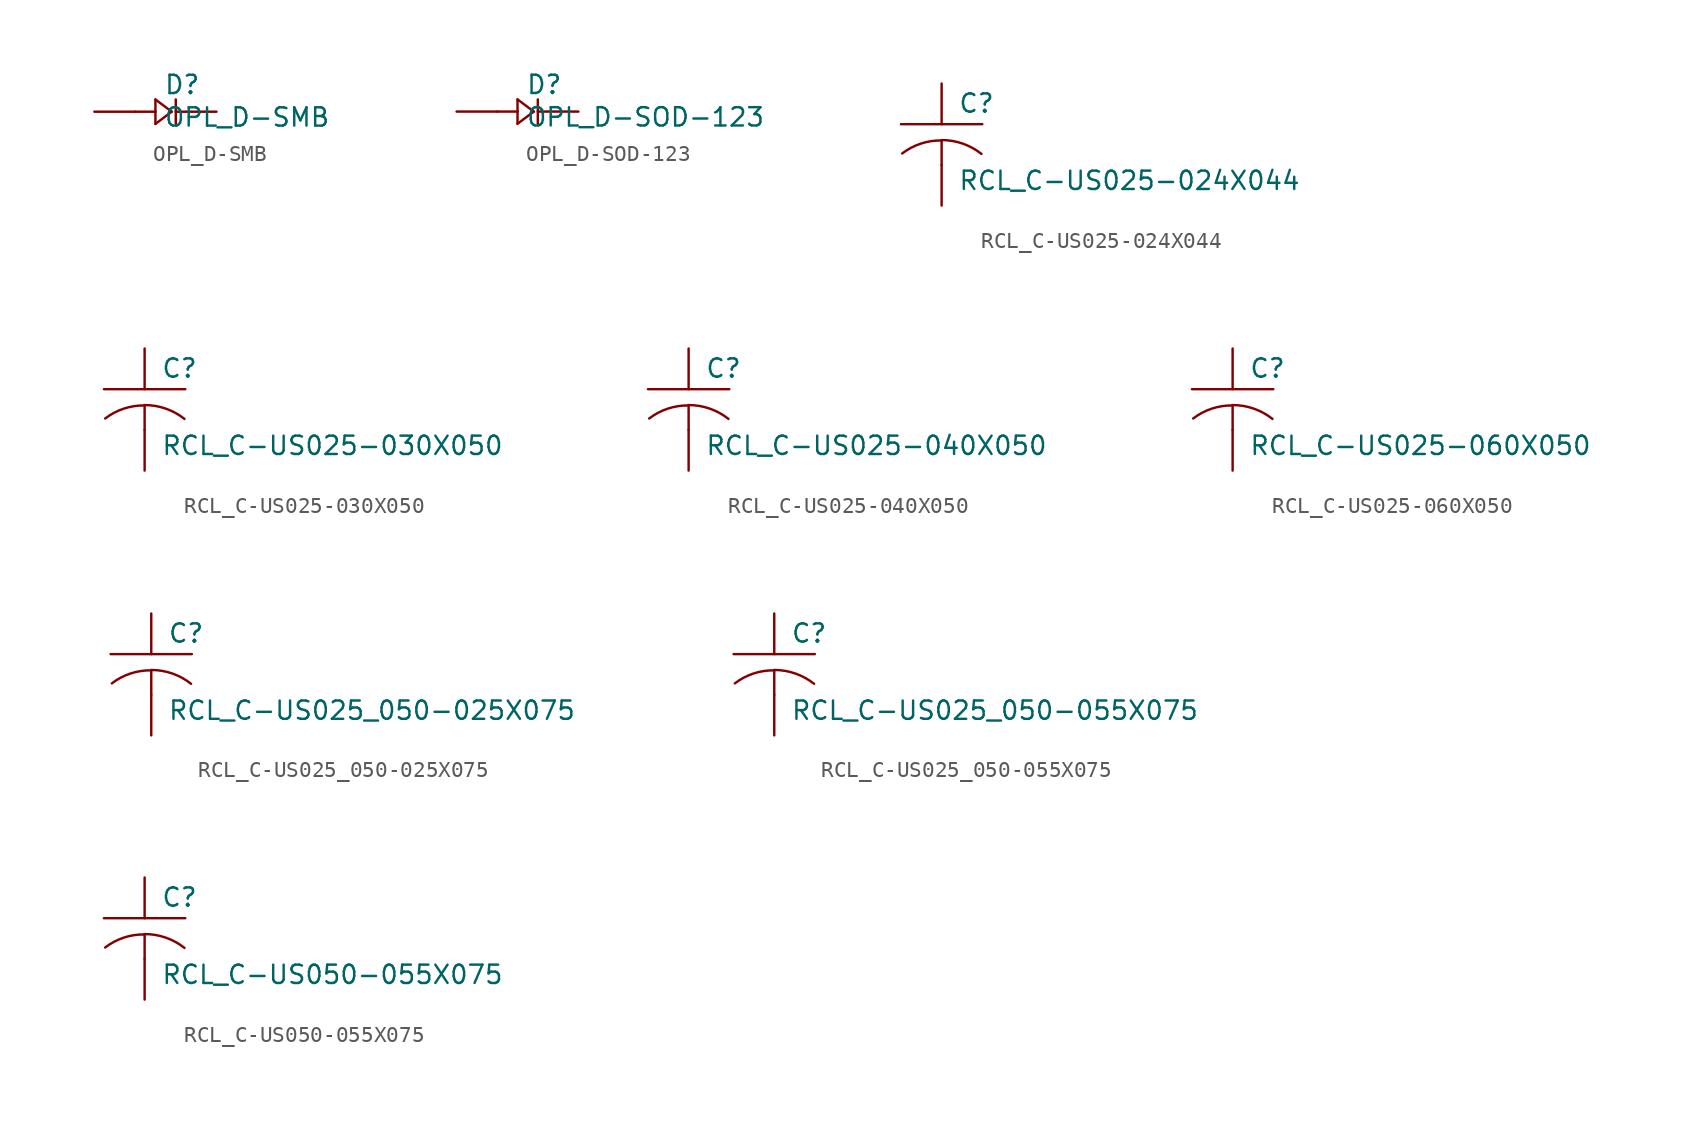
<source format=kicad_sym>
(kicad_symbol_lib
  (version 20210619)
  (generator kicad_symbol_editor)
  (symbol "OPL_D-SMB"
    (pin_numbers hide)
    (pin_names
      (offset 1.016) hide)
    (property "Reference" "D"
      (at 0.508 1.016 0)
      (effects (font (size 1.143 1.143)) (justify left bottom)))
    (property "Value" "OPL_D-SMB"
      (at 0.508 -1.016 0)
      (effects (font (size 1.143 1.143)) (justify left bottom)))
    (property "ki_locked" ""
      (at 0 0 0)
      (effects (font (size 1.27 1.27))))
    (symbol "OPL_D-SMB_1_0"
      (polyline (pts (xy -1.27 0) (xy 0 0)) (stroke (width 0)) (fill (type none)))
      (polyline (pts (xy 0 -0.762) (xy 0 0)) (stroke (width 0)) (fill (type none)))
      (polyline (pts (xy 0 -0.762) (xy 1.016 0)) (stroke (width 0)) (fill (type none)))
      (polyline (pts (xy 0 0) (xy 0 0.762)) (stroke (width 0)) (fill (type none)))
      (polyline (pts (xy 0 0.762) (xy 1.016 0)) (stroke (width 0)) (fill (type none)))
      (polyline (pts (xy 1.27 0.762) (xy 1.27 -0.762)) (stroke (width 0)) (fill (type none))))
    (symbol "OPL_D-SMB_1_1"
      (pin passive line (at -3.81 0 0) (length 2.54) (name "+" (effects (font (size 1.016 1.016)))) (number "+" (effects (font (size 1.016 1.016)))))
      (pin passive line (at 3.81 0 180) (length 2.54) (name "-" (effects (font (size 1.016 1.016)))) (number "-" (effects (font (size 1.016 1.016)))))))
  (symbol "OPL_D-SOD-123"
    (pin_numbers hide)
    (pin_names
      (offset 1.016) hide)
    (property "Reference" "D"
      (at 0.508 1.016 0)
      (effects (font (size 1.143 1.143)) (justify left bottom)))
    (property "Value" "OPL_D-SOD-123"
      (at 0.508 -1.016 0)
      (effects (font (size 1.143 1.143)) (justify left bottom)))
    (property "ki_locked" ""
      (at 0 0 0)
      (effects (font (size 1.27 1.27))))
    (symbol "OPL_D-SOD-123_1_0"
      (polyline (pts (xy -1.27 0) (xy 0 0)) (stroke (width 0)) (fill (type none)))
      (polyline (pts (xy 0 -0.762) (xy 0 0)) (stroke (width 0)) (fill (type none)))
      (polyline (pts (xy 0 -0.762) (xy 1.016 0)) (stroke (width 0)) (fill (type none)))
      (polyline (pts (xy 0 0) (xy 0 0.762)) (stroke (width 0)) (fill (type none)))
      (polyline (pts (xy 0 0.762) (xy 1.016 0)) (stroke (width 0)) (fill (type none)))
      (polyline (pts (xy 1.27 0.762) (xy 1.27 -0.762)) (stroke (width 0)) (fill (type none))))
    (symbol "OPL_D-SOD-123_1_1"
      (pin passive line (at -3.81 0 0) (length 2.54) (name "+" (effects (font (size 1.016 1.016)))) (number "+" (effects (font (size 1.016 1.016)))))
      (pin passive line (at 3.81 0 180) (length 2.54) (name "-" (effects (font (size 1.016 1.016)))) (number "-" (effects (font (size 1.016 1.016)))))))
  (symbol "RCL_C-US025-024X044"
    (pin_numbers hide)
    (pin_names
      (offset 1.016) hide)
    (property "Reference" "C"
      (at 1.016 0.635 0)
      (effects (font (size 1.143 1.143)) (justify left bottom)))
    (property "Value" "RCL_C-US025-024X044"
      (at 1.016 -4.191 0)
      (effects (font (size 1.143 1.143)) (justify left bottom)))
    (property "ki_locked" ""
      (at 0 0 0)
      (effects (font (size 1.27 1.27))))
    (symbol "RCL_C-US025-024X044_1_0"
      (polyline (pts (xy -2.54 0) (xy 2.54 0)) (stroke (width 0)) (fill (type none)))
      (polyline (pts (xy 0 -1.016) (xy 0 -2.54)) (stroke (width 0)) (fill (type none)))
      (polyline (pts (xy 0 -1.016) (xy 0 -1.016)) (stroke (width 0)) (fill (type none))))
    (symbol "RCL_C-US025-024X044_1_1"
      (arc (start 0 -1.016) (end -2.4638 -1.8288) (radius (at 0 -5.08) (length 4.0386) (angles 90.1 127.3)) (stroke (width 0)) (fill (type none)))
      (arc (start 2.4892 -1.8542) (end 0 -0.9906) (radius (at 0 -5.0292) (length 4.0386) (angles 52.3 89.9)) (stroke (width 0)) (fill (type none)))
      (pin passive line (at 0 2.54 270) (length 2.54) (name "1" (effects (font (size 1.016 1.016)))) (number "1" (effects (font (size 1.016 1.016)))))
      (pin passive line (at 0 -5.08 90) (length 2.54) (name "2" (effects (font (size 1.016 1.016)))) (number "2" (effects (font (size 1.016 1.016)))))))
  (symbol "RCL_C-US025-030X050"
    (pin_numbers hide)
    (pin_names
      (offset 1.016) hide)
    (property "Reference" "C"
      (at 1.016 0.635 0)
      (effects (font (size 1.143 1.143)) (justify left bottom)))
    (property "Value" "RCL_C-US025-030X050"
      (at 1.016 -4.191 0)
      (effects (font (size 1.143 1.143)) (justify left bottom)))
    (property "ki_locked" ""
      (at 0 0 0)
      (effects (font (size 1.27 1.27))))
    (symbol "RCL_C-US025-030X050_1_0"
      (polyline (pts (xy -2.54 0) (xy 2.54 0)) (stroke (width 0)) (fill (type none)))
      (polyline (pts (xy 0 -1.016) (xy 0 -2.54)) (stroke (width 0)) (fill (type none)))
      (polyline (pts (xy 0 -1.016) (xy 0 -1.016)) (stroke (width 0)) (fill (type none))))
    (symbol "RCL_C-US025-030X050_1_1"
      (arc (start 0 -1.016) (end -2.4638 -1.8288) (radius (at 0 -5.08) (length 4.0386) (angles 90.1 127.3)) (stroke (width 0)) (fill (type none)))
      (arc (start 2.4892 -1.8542) (end 0 -0.9906) (radius (at 0 -5.0292) (length 4.0386) (angles 52.3 89.9)) (stroke (width 0)) (fill (type none)))
      (pin passive line (at 0 2.54 270) (length 2.54) (name "1" (effects (font (size 1.016 1.016)))) (number "1" (effects (font (size 1.016 1.016)))))
      (pin passive line (at 0 -5.08 90) (length 2.54) (name "2" (effects (font (size 1.016 1.016)))) (number "2" (effects (font (size 1.016 1.016)))))))
  (symbol "RCL_C-US025-040X050"
    (pin_numbers hide)
    (pin_names
      (offset 1.016) hide)
    (property "Reference" "C"
      (at 1.016 0.635 0)
      (effects (font (size 1.143 1.143)) (justify left bottom)))
    (property "Value" "RCL_C-US025-040X050"
      (at 1.016 -4.191 0)
      (effects (font (size 1.143 1.143)) (justify left bottom)))
    (property "ki_locked" ""
      (at 0 0 0)
      (effects (font (size 1.27 1.27))))
    (symbol "RCL_C-US025-040X050_1_0"
      (polyline (pts (xy -2.54 0) (xy 2.54 0)) (stroke (width 0)) (fill (type none)))
      (polyline (pts (xy 0 -1.016) (xy 0 -2.54)) (stroke (width 0)) (fill (type none)))
      (polyline (pts (xy 0 -1.016) (xy 0 -1.016)) (stroke (width 0)) (fill (type none))))
    (symbol "RCL_C-US025-040X050_1_1"
      (arc (start 0 -1.016) (end -2.4638 -1.8288) (radius (at 0 -5.08) (length 4.0386) (angles 90.1 127.3)) (stroke (width 0)) (fill (type none)))
      (arc (start 2.4892 -1.8542) (end 0 -0.9906) (radius (at 0 -5.0292) (length 4.0386) (angles 52.3 89.9)) (stroke (width 0)) (fill (type none)))
      (pin passive line (at 0 2.54 270) (length 2.54) (name "1" (effects (font (size 1.016 1.016)))) (number "1" (effects (font (size 1.016 1.016)))))
      (pin passive line (at 0 -5.08 90) (length 2.54) (name "2" (effects (font (size 1.016 1.016)))) (number "2" (effects (font (size 1.016 1.016)))))))
  (symbol "RCL_C-US025-060X050"
    (pin_numbers hide)
    (pin_names
      (offset 1.016) hide)
    (property "Reference" "C"
      (at 1.016 0.635 0)
      (effects (font (size 1.143 1.143)) (justify left bottom)))
    (property "Value" "RCL_C-US025-060X050"
      (at 1.016 -4.191 0)
      (effects (font (size 1.143 1.143)) (justify left bottom)))
    (property "ki_locked" ""
      (at 0 0 0)
      (effects (font (size 1.27 1.27))))
    (symbol "RCL_C-US025-060X050_1_0"
      (polyline (pts (xy -2.54 0) (xy 2.54 0)) (stroke (width 0)) (fill (type none)))
      (polyline (pts (xy 0 -1.016) (xy 0 -2.54)) (stroke (width 0)) (fill (type none)))
      (polyline (pts (xy 0 -1.016) (xy 0 -1.016)) (stroke (width 0)) (fill (type none))))
    (symbol "RCL_C-US025-060X050_1_1"
      (arc (start 0 -1.016) (end -2.4638 -1.8288) (radius (at 0 -5.08) (length 4.0386) (angles 90.1 127.3)) (stroke (width 0)) (fill (type none)))
      (arc (start 2.4892 -1.8542) (end 0 -0.9906) (radius (at 0 -5.0292) (length 4.0386) (angles 52.3 89.9)) (stroke (width 0)) (fill (type none)))
      (pin passive line (at 0 2.54 270) (length 2.54) (name "1" (effects (font (size 1.016 1.016)))) (number "1" (effects (font (size 1.016 1.016)))))
      (pin passive line (at 0 -5.08 90) (length 2.54) (name "2" (effects (font (size 1.016 1.016)))) (number "2" (effects (font (size 1.016 1.016)))))))
  (symbol "RCL_C-US025_050-025X075"
    (pin_numbers hide)
    (pin_names
      (offset 1.016) hide)
    (property "Reference" "C"
      (at 1.016 0.635 0)
      (effects (font (size 1.143 1.143)) (justify left bottom)))
    (property "Value" "RCL_C-US025_050-025X075"
      (at 1.016 -4.191 0)
      (effects (font (size 1.143 1.143)) (justify left bottom)))
    (property "ki_locked" ""
      (at 0 0 0)
      (effects (font (size 1.27 1.27))))
    (symbol "RCL_C-US025_050-025X075_1_0"
      (polyline (pts (xy -2.54 0) (xy 2.54 0)) (stroke (width 0)) (fill (type none)))
      (polyline (pts (xy 0 -1.016) (xy 0 -2.54)) (stroke (width 0)) (fill (type none)))
      (polyline (pts (xy 0 -1.016) (xy 0 -1.016)) (stroke (width 0)) (fill (type none))))
    (symbol "RCL_C-US025_050-025X075_1_1"
      (arc (start 0 -1.016) (end -2.4638 -1.8288) (radius (at 0 -5.08) (length 4.0386) (angles 90.1 127.3)) (stroke (width 0)) (fill (type none)))
      (arc (start 2.4892 -1.8542) (end 0 -0.9906) (radius (at 0 -5.0292) (length 4.0386) (angles 52.3 89.9)) (stroke (width 0)) (fill (type none)))
      (pin passive line (at 0 2.54 270) (length 2.54) (name "1" (effects (font (size 1.016 1.016)))) (number "1" (effects (font (size 1.016 1.016)))))
      (pin passive line (at 0 -5.08 90) (length 2.54) (name "2" (effects (font (size 1.016 1.016)))) (number "2" (effects (font (size 1.016 1.016)))))))
  (symbol "RCL_C-US025_050-055X075"
    (pin_numbers hide)
    (pin_names
      (offset 1.016) hide)
    (property "Reference" "C"
      (at 1.016 0.635 0)
      (effects (font (size 1.143 1.143)) (justify left bottom)))
    (property "Value" "RCL_C-US025_050-055X075"
      (at 1.016 -4.191 0)
      (effects (font (size 1.143 1.143)) (justify left bottom)))
    (property "ki_locked" ""
      (at 0 0 0)
      (effects (font (size 1.27 1.27))))
    (symbol "RCL_C-US025_050-055X075_1_0"
      (polyline (pts (xy -2.54 0) (xy 2.54 0)) (stroke (width 0)) (fill (type none)))
      (polyline (pts (xy 0 -1.016) (xy 0 -2.54)) (stroke (width 0)) (fill (type none)))
      (polyline (pts (xy 0 -1.016) (xy 0 -1.016)) (stroke (width 0)) (fill (type none))))
    (symbol "RCL_C-US025_050-055X075_1_1"
      (arc (start 0 -1.016) (end -2.4638 -1.8288) (radius (at 0 -5.08) (length 4.0386) (angles 90.1 127.3)) (stroke (width 0)) (fill (type none)))
      (arc (start 2.4892 -1.8542) (end 0 -0.9906) (radius (at 0 -5.0292) (length 4.0386) (angles 52.3 89.9)) (stroke (width 0)) (fill (type none)))
      (pin passive line (at 0 2.54 270) (length 2.54) (name "1" (effects (font (size 1.016 1.016)))) (number "1" (effects (font (size 1.016 1.016)))))
      (pin passive line (at 0 -5.08 90) (length 2.54) (name "2" (effects (font (size 1.016 1.016)))) (number "2" (effects (font (size 1.016 1.016)))))))
  (symbol "RCL_C-US050-055X075"
    (pin_numbers hide)
    (pin_names
      (offset 1.016) hide)
    (property "Reference" "C"
      (at 1.016 0.635 0)
      (effects (font (size 1.143 1.143)) (justify left bottom)))
    (property "Value" "RCL_C-US050-055X075"
      (at 1.016 -4.191 0)
      (effects (font (size 1.143 1.143)) (justify left bottom)))
    (property "ki_locked" ""
      (at 0 0 0)
      (effects (font (size 1.27 1.27))))
    (symbol "RCL_C-US050-055X075_1_0"
      (polyline (pts (xy -2.54 0) (xy 2.54 0)) (stroke (width 0)) (fill (type none)))
      (polyline (pts (xy 0 -1.016) (xy 0 -2.54)) (stroke (width 0)) (fill (type none)))
      (polyline (pts (xy 0 -1.016) (xy 0 -1.016)) (stroke (width 0)) (fill (type none))))
    (symbol "RCL_C-US050-055X075_1_1"
      (arc (start 0 -1.016) (end -2.4638 -1.8288) (radius (at 0 -5.08) (length 4.0386) (angles 90.1 127.3)) (stroke (width 0)) (fill (type none)))
      (arc (start 2.4892 -1.8542) (end 0 -0.9906) (radius (at 0 -5.0292) (length 4.0386) (angles 52.3 89.9)) (stroke (width 0)) (fill (type none)))
      (pin passive line (at 0 2.54 270) (length 2.54) (name "1" (effects (font (size 1.016 1.016)))) (number "1" (effects (font (size 1.016 1.016)))))
      (pin passive line (at 0 -5.08 90) (length 2.54) (name "2" (effects (font (size 1.016 1.016)))) (number "2" (effects (font (size 1.016 1.016))))))))
</source>
